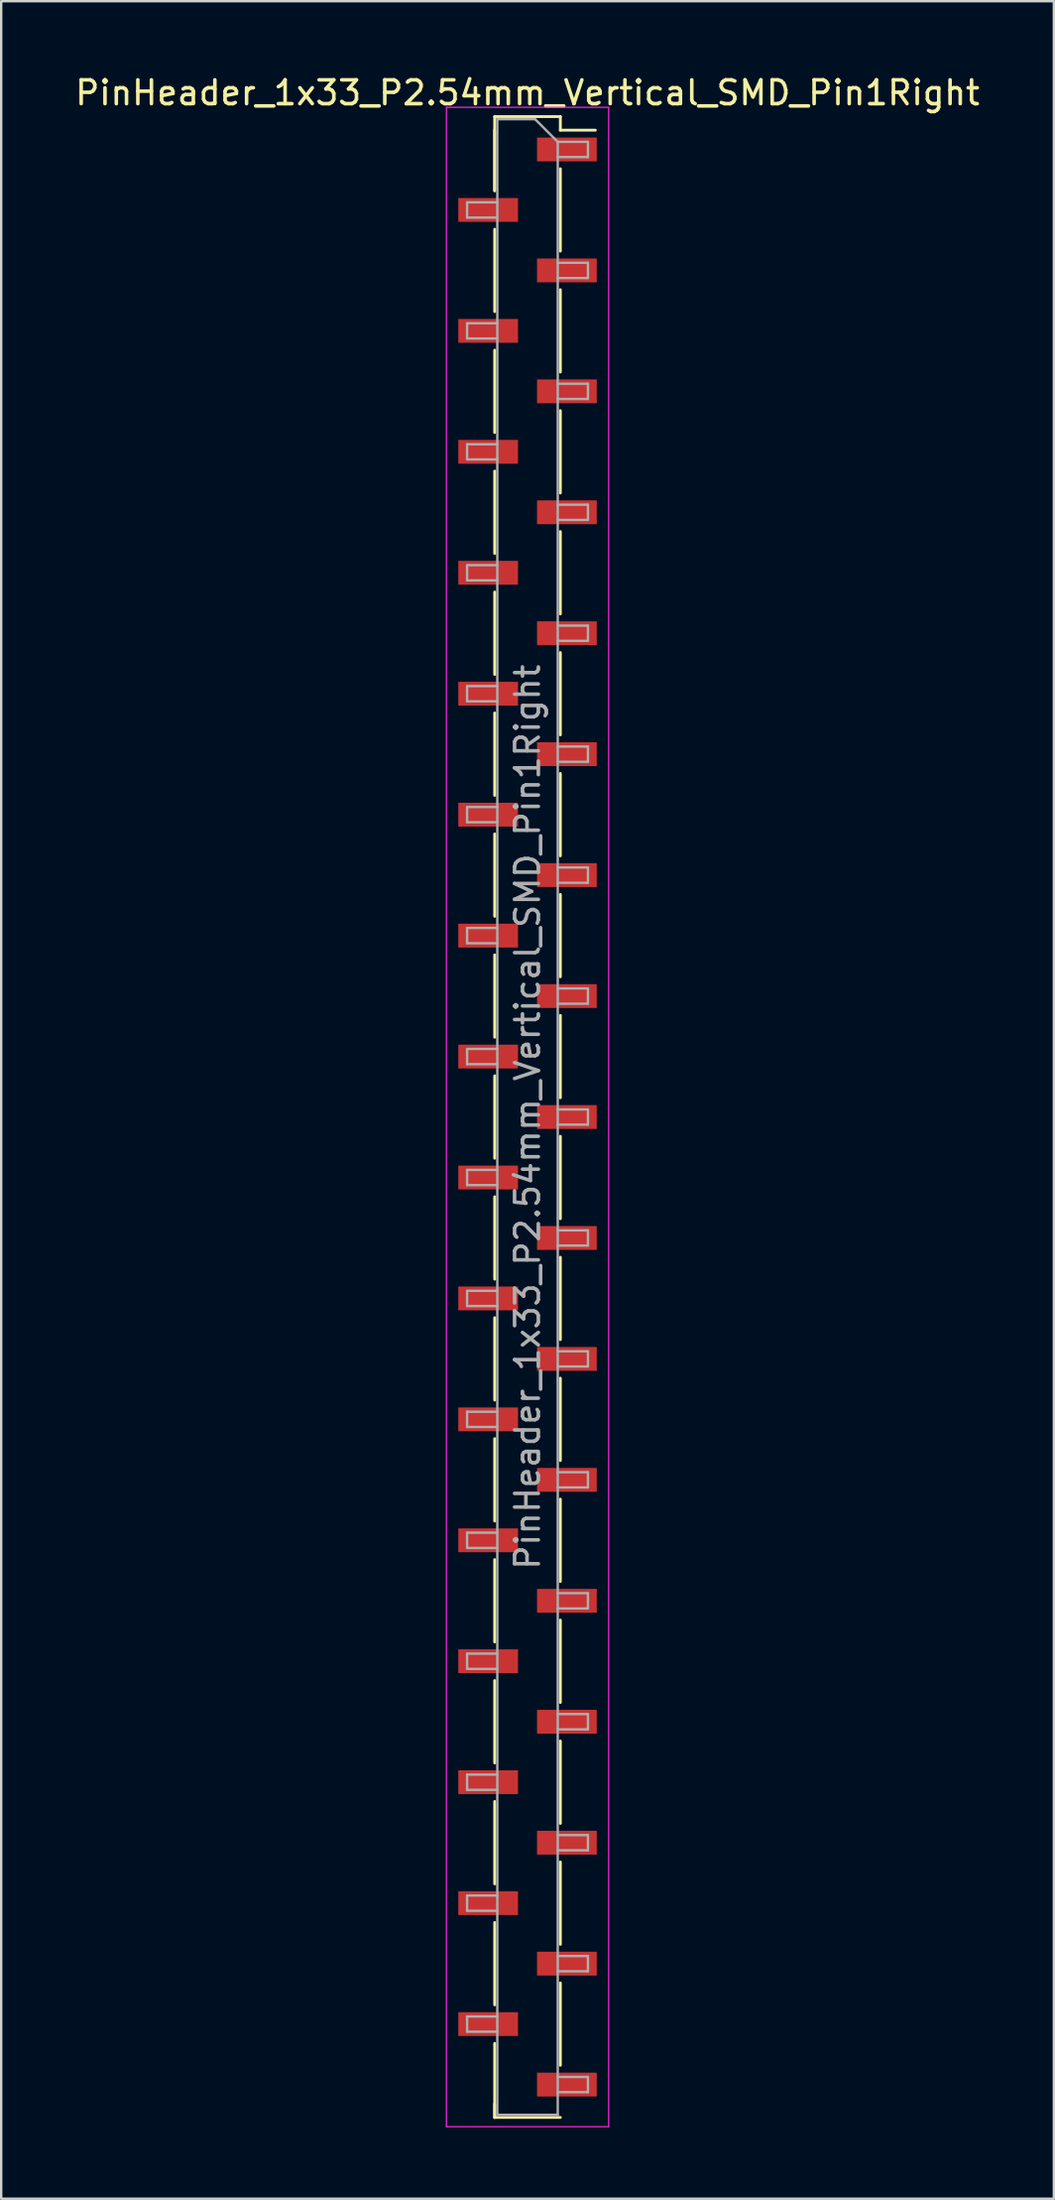
<source format=kicad_pcb>
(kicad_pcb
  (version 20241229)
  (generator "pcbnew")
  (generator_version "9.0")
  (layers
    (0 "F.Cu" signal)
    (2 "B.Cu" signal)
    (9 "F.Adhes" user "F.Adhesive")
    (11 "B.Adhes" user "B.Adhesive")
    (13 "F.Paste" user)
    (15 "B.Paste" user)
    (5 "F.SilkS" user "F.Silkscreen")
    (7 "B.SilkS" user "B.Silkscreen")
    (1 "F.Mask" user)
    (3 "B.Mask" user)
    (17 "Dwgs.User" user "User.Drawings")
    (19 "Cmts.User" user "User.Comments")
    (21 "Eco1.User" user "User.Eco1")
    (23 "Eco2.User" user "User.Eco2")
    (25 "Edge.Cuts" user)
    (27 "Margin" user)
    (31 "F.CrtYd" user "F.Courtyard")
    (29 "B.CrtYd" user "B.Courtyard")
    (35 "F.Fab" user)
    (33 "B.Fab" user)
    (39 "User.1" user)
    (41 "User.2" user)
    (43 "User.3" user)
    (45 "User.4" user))
  (footprint "PinHeader_1x33_P2.54mm_Vertical_SMD_Pin1Right"
    (layer "F.Cu")
    (at 19.125 43.868)
    (property "Reference" "PinHeader_1x33_P2.54mm_Vertical_SMD_Pin1Right" (at 0 -43.02 0) (layer "F.SilkS") (effects (font (size 1 1) (thickness 0.15))))
    (attr smd)
    (fp_line (start -1.38 -42.02) (end -1.38 -38.91) (stroke (width 0.12) (type solid)) (layer "F.SilkS"))
    (fp_line (start -1.38 -42.02) (end 1.38 -42.02) (stroke (width 0.12) (type solid)) (layer "F.SilkS"))
    (fp_line (start -1.38 -41.45) (end -1.38 -38.91) (stroke (width 0.12) (type solid)) (layer "F.SilkS"))
    (fp_line (start -1.38 -37.29) (end -1.38 -33.83) (stroke (width 0.12) (type solid)) (layer "F.SilkS"))
    (fp_line (start -1.38 -32.21) (end -1.38 -28.75) (stroke (width 0.12) (type solid)) (layer "F.SilkS"))
    (fp_line (start -1.38 -27.13) (end -1.38 -23.67) (stroke (width 0.12) (type solid)) (layer "F.SilkS"))
    (fp_line (start -1.38 -22.05) (end -1.38 -18.59) (stroke (width 0.12) (type solid)) (layer "F.SilkS"))
    (fp_line (start -1.38 -16.97) (end -1.38 -13.51) (stroke (width 0.12) (type solid)) (layer "F.SilkS"))
    (fp_line (start -1.38 -11.89) (end -1.38 -8.43) (stroke (width 0.12) (type solid)) (layer "F.SilkS"))
    (fp_line (start -1.38 -6.81) (end -1.38 -3.35) (stroke (width 0.12) (type solid)) (layer "F.SilkS"))
    (fp_line (start -1.38 -1.73) (end -1.38 1.73) (stroke (width 0.12) (type solid)) (layer "F.SilkS"))
    (fp_line (start -1.38 3.35) (end -1.38 6.81) (stroke (width 0.12) (type solid)) (layer "F.SilkS"))
    (fp_line (start -1.38 8.43) (end -1.38 11.89) (stroke (width 0.12) (type solid)) (layer "F.SilkS"))
    (fp_line (start -1.38 13.51) (end -1.38 16.97) (stroke (width 0.12) (type solid)) (layer "F.SilkS"))
    (fp_line (start -1.38 18.59) (end -1.38 22.05) (stroke (width 0.12) (type solid)) (layer "F.SilkS"))
    (fp_line (start -1.38 23.67) (end -1.38 27.13) (stroke (width 0.12) (type solid)) (layer "F.SilkS"))
    (fp_line (start -1.38 28.75) (end -1.38 32.21) (stroke (width 0.12) (type solid)) (layer "F.SilkS"))
    (fp_line (start -1.38 33.83) (end -1.38 37.29) (stroke (width 0.12) (type solid)) (layer "F.SilkS"))
    (fp_line (start -1.38 38.91) (end -1.38 42.02) (stroke (width 0.12) (type solid)) (layer "F.SilkS"))
    (fp_line (start -1.38 41.45) (end -1.38 42.02) (stroke (width 0.12) (type solid)) (layer "F.SilkS"))
    (fp_line (start -1.38 42.02) (end 1.38 42.02) (stroke (width 0.12) (type solid)) (layer "F.SilkS"))
    (fp_line (start 1.38 -42.02) (end 1.38 -41.45) (stroke (width 0.12) (type solid)) (layer "F.SilkS"))
    (fp_line (start 1.38 -41.45) (end 2.85 -41.45) (stroke (width 0.12) (type solid)) (layer "F.SilkS"))
    (fp_line (start 1.38 -39.83) (end 1.38 -36.37) (stroke (width 0.12) (type solid)) (layer "F.SilkS"))
    (fp_line (start 1.38 -34.75) (end 1.38 -31.29) (stroke (width 0.12) (type solid)) (layer "F.SilkS"))
    (fp_line (start 1.38 -29.67) (end 1.38 -26.21) (stroke (width 0.12) (type solid)) (layer "F.SilkS"))
    (fp_line (start 1.38 -24.59) (end 1.38 -21.13) (stroke (width 0.12) (type solid)) (layer "F.SilkS"))
    (fp_line (start 1.38 -19.51) (end 1.38 -16.05) (stroke (width 0.12) (type solid)) (layer "F.SilkS"))
    (fp_line (start 1.38 -14.43) (end 1.38 -10.97) (stroke (width 0.12) (type solid)) (layer "F.SilkS"))
    (fp_line (start 1.38 -9.35) (end 1.38 -5.89) (stroke (width 0.12) (type solid)) (layer "F.SilkS"))
    (fp_line (start 1.38 -4.27) (end 1.38 -0.81) (stroke (width 0.12) (type solid)) (layer "F.SilkS"))
    (fp_line (start 1.38 0.81) (end 1.38 4.27) (stroke (width 0.12) (type solid)) (layer "F.SilkS"))
    (fp_line (start 1.38 5.89) (end 1.38 9.35) (stroke (width 0.12) (type solid)) (layer "F.SilkS"))
    (fp_line (start 1.38 10.97) (end 1.38 14.43) (stroke (width 0.12) (type solid)) (layer "F.SilkS"))
    (fp_line (start 1.38 16.05) (end 1.38 19.51) (stroke (width 0.12) (type solid)) (layer "F.SilkS"))
    (fp_line (start 1.38 21.13) (end 1.38 24.59) (stroke (width 0.12) (type solid)) (layer "F.SilkS"))
    (fp_line (start 1.38 26.21) (end 1.38 29.67) (stroke (width 0.12) (type solid)) (layer "F.SilkS"))
    (fp_line (start 1.38 31.29) (end 1.38 34.75) (stroke (width 0.12) (type solid)) (layer "F.SilkS"))
    (fp_line (start 1.38 36.37) (end 1.38 39.83) (stroke (width 0.12) (type solid)) (layer "F.SilkS"))
    (fp_line (start -3.41 -42.41) (end -3.41 42.41) (stroke (width 0.05) (type solid)) (layer "F.CrtYd"))
    (fp_line (start -3.41 42.41) (end 3.41 42.41) (stroke (width 0.05) (type solid)) (layer "F.CrtYd"))
    (fp_line (start 3.41 -42.41) (end -3.41 -42.41) (stroke (width 0.05) (type solid)) (layer "F.CrtYd"))
    (fp_line (start 3.41 42.41) (end 3.41 -42.41) (stroke (width 0.05) (type solid)) (layer "F.CrtYd"))
    (fp_line (start -2.54 -38.42) (end -2.54 -37.78) (stroke (width 0.1) (type solid)) (layer "F.Fab"))
    (fp_line (start -2.54 -37.78) (end -1.27 -37.78) (stroke (width 0.1) (type solid)) (layer "F.Fab"))
    (fp_line (start -2.54 -33.34) (end -2.54 -32.7) (stroke (width 0.1) (type solid)) (layer "F.Fab"))
    (fp_line (start -2.54 -32.7) (end -1.27 -32.7) (stroke (width 0.1) (type solid)) (layer "F.Fab"))
    (fp_line (start -2.54 -28.26) (end -2.54 -27.62) (stroke (width 0.1) (type solid)) (layer "F.Fab"))
    (fp_line (start -2.54 -27.62) (end -1.27 -27.62) (stroke (width 0.1) (type solid)) (layer "F.Fab"))
    (fp_line (start -2.54 -23.18) (end -2.54 -22.54) (stroke (width 0.1) (type solid)) (layer "F.Fab"))
    (fp_line (start -2.54 -22.54) (end -1.27 -22.54) (stroke (width 0.1) (type solid)) (layer "F.Fab"))
    (fp_line (start -2.54 -18.1) (end -2.54 -17.46) (stroke (width 0.1) (type solid)) (layer "F.Fab"))
    (fp_line (start -2.54 -17.46) (end -1.27 -17.46) (stroke (width 0.1) (type solid)) (layer "F.Fab"))
    (fp_line (start -2.54 -13.02) (end -2.54 -12.38) (stroke (width 0.1) (type solid)) (layer "F.Fab"))
    (fp_line (start -2.54 -12.38) (end -1.27 -12.38) (stroke (width 0.1) (type solid)) (layer "F.Fab"))
    (fp_line (start -2.54 -7.94) (end -2.54 -7.3) (stroke (width 0.1) (type solid)) (layer "F.Fab"))
    (fp_line (start -2.54 -7.3) (end -1.27 -7.3) (stroke (width 0.1) (type solid)) (layer "F.Fab"))
    (fp_line (start -2.54 -2.86) (end -2.54 -2.22) (stroke (width 0.1) (type solid)) (layer "F.Fab"))
    (fp_line (start -2.54 -2.22) (end -1.27 -2.22) (stroke (width 0.1) (type solid)) (layer "F.Fab"))
    (fp_line (start -2.54 2.22) (end -2.54 2.86) (stroke (width 0.1) (type solid)) (layer "F.Fab"))
    (fp_line (start -2.54 2.86) (end -1.27 2.86) (stroke (width 0.1) (type solid)) (layer "F.Fab"))
    (fp_line (start -2.54 7.3) (end -2.54 7.94) (stroke (width 0.1) (type solid)) (layer "F.Fab"))
    (fp_line (start -2.54 7.94) (end -1.27 7.94) (stroke (width 0.1) (type solid)) (layer "F.Fab"))
    (fp_line (start -2.54 12.38) (end -2.54 13.02) (stroke (width 0.1) (type solid)) (layer "F.Fab"))
    (fp_line (start -2.54 13.02) (end -1.27 13.02) (stroke (width 0.1) (type solid)) (layer "F.Fab"))
    (fp_line (start -2.54 17.46) (end -2.54 18.1) (stroke (width 0.1) (type solid)) (layer "F.Fab"))
    (fp_line (start -2.54 18.1) (end -1.27 18.1) (stroke (width 0.1) (type solid)) (layer "F.Fab"))
    (fp_line (start -2.54 22.54) (end -2.54 23.18) (stroke (width 0.1) (type solid)) (layer "F.Fab"))
    (fp_line (start -2.54 23.18) (end -1.27 23.18) (stroke (width 0.1) (type solid)) (layer "F.Fab"))
    (fp_line (start -2.54 27.62) (end -2.54 28.26) (stroke (width 0.1) (type solid)) (layer "F.Fab"))
    (fp_line (start -2.54 28.26) (end -1.27 28.26) (stroke (width 0.1) (type solid)) (layer "F.Fab"))
    (fp_line (start -2.54 32.7) (end -2.54 33.34) (stroke (width 0.1) (type solid)) (layer "F.Fab"))
    (fp_line (start -2.54 33.34) (end -1.27 33.34) (stroke (width 0.1) (type solid)) (layer "F.Fab"))
    (fp_line (start -2.54 37.78) (end -2.54 38.42) (stroke (width 0.1) (type solid)) (layer "F.Fab"))
    (fp_line (start -2.54 38.42) (end -1.27 38.42) (stroke (width 0.1) (type solid)) (layer "F.Fab"))
    (fp_line (start -1.27 -41.91) (end -1.27 41.91) (stroke (width 0.1) (type solid)) (layer "F.Fab"))
    (fp_line (start -1.27 -41.91) (end 0.32 -41.91) (stroke (width 0.1) (type solid)) (layer "F.Fab"))
    (fp_line (start -1.27 -38.42) (end -2.54 -38.42) (stroke (width 0.1) (type solid)) (layer "F.Fab"))
    (fp_line (start -1.27 -33.34) (end -2.54 -33.34) (stroke (width 0.1) (type solid)) (layer "F.Fab"))
    (fp_line (start -1.27 -28.26) (end -2.54 -28.26) (stroke (width 0.1) (type solid)) (layer "F.Fab"))
    (fp_line (start -1.27 -23.18) (end -2.54 -23.18) (stroke (width 0.1) (type solid)) (layer "F.Fab"))
    (fp_line (start -1.27 -18.1) (end -2.54 -18.1) (stroke (width 0.1) (type solid)) (layer "F.Fab"))
    (fp_line (start -1.27 -13.02) (end -2.54 -13.02) (stroke (width 0.1) (type solid)) (layer "F.Fab"))
    (fp_line (start -1.27 -7.94) (end -2.54 -7.94) (stroke (width 0.1) (type solid)) (layer "F.Fab"))
    (fp_line (start -1.27 -2.86) (end -2.54 -2.86) (stroke (width 0.1) (type solid)) (layer "F.Fab"))
    (fp_line (start -1.27 2.22) (end -2.54 2.22) (stroke (width 0.1) (type solid)) (layer "F.Fab"))
    (fp_line (start -1.27 7.3) (end -2.54 7.3) (stroke (width 0.1) (type solid)) (layer "F.Fab"))
    (fp_line (start -1.27 12.38) (end -2.54 12.38) (stroke (width 0.1) (type solid)) (layer "F.Fab"))
    (fp_line (start -1.27 17.46) (end -2.54 17.46) (stroke (width 0.1) (type solid)) (layer "F.Fab"))
    (fp_line (start -1.27 22.54) (end -2.54 22.54) (stroke (width 0.1) (type solid)) (layer "F.Fab"))
    (fp_line (start -1.27 27.62) (end -2.54 27.62) (stroke (width 0.1) (type solid)) (layer "F.Fab"))
    (fp_line (start -1.27 32.7) (end -2.54 32.7) (stroke (width 0.1) (type solid)) (layer "F.Fab"))
    (fp_line (start -1.27 37.78) (end -2.54 37.78) (stroke (width 0.1) (type solid)) (layer "F.Fab"))
    (fp_line (start 1.27 -40.96) (end 0.32 -41.91) (stroke (width 0.1) (type solid)) (layer "F.Fab"))
    (fp_line (start 1.27 -40.96) (end 2.54 -40.96) (stroke (width 0.1) (type solid)) (layer "F.Fab"))
    (fp_line (start 1.27 -35.88) (end 2.54 -35.88) (stroke (width 0.1) (type solid)) (layer "F.Fab"))
    (fp_line (start 1.27 -30.8) (end 2.54 -30.8) (stroke (width 0.1) (type solid)) (layer "F.Fab"))
    (fp_line (start 1.27 -25.72) (end 2.54 -25.72) (stroke (width 0.1) (type solid)) (layer "F.Fab"))
    (fp_line (start 1.27 -20.64) (end 2.54 -20.64) (stroke (width 0.1) (type solid)) (layer "F.Fab"))
    (fp_line (start 1.27 -15.56) (end 2.54 -15.56) (stroke (width 0.1) (type solid)) (layer "F.Fab"))
    (fp_line (start 1.27 -10.48) (end 2.54 -10.48) (stroke (width 0.1) (type solid)) (layer "F.Fab"))
    (fp_line (start 1.27 -5.4) (end 2.54 -5.4) (stroke (width 0.1) (type solid)) (layer "F.Fab"))
    (fp_line (start 1.27 -0.32) (end 2.54 -0.32) (stroke (width 0.1) (type solid)) (layer "F.Fab"))
    (fp_line (start 1.27 4.76) (end 2.54 4.76) (stroke (width 0.1) (type solid)) (layer "F.Fab"))
    (fp_line (start 1.27 9.84) (end 2.54 9.84) (stroke (width 0.1) (type solid)) (layer "F.Fab"))
    (fp_line (start 1.27 14.92) (end 2.54 14.92) (stroke (width 0.1) (type solid)) (layer "F.Fab"))
    (fp_line (start 1.27 20) (end 2.54 20) (stroke (width 0.1) (type solid)) (layer "F.Fab"))
    (fp_line (start 1.27 25.08) (end 2.54 25.08) (stroke (width 0.1) (type solid)) (layer "F.Fab"))
    (fp_line (start 1.27 30.16) (end 2.54 30.16) (stroke (width 0.1) (type solid)) (layer "F.Fab"))
    (fp_line (start 1.27 35.24) (end 2.54 35.24) (stroke (width 0.1) (type solid)) (layer "F.Fab"))
    (fp_line (start 1.27 40.32) (end 2.54 40.32) (stroke (width 0.1) (type solid)) (layer "F.Fab"))
    (fp_line (start 1.27 41.91) (end -1.27 41.91) (stroke (width 0.1) (type solid)) (layer "F.Fab"))
    (fp_line (start 1.27 41.91) (end 1.27 -40.96) (stroke (width 0.1) (type solid)) (layer "F.Fab"))
    (fp_line (start 2.54 -40.96) (end 2.54 -40.32) (stroke (width 0.1) (type solid)) (layer "F.Fab"))
    (fp_line (start 2.54 -40.32) (end 1.27 -40.32) (stroke (width 0.1) (type solid)) (layer "F.Fab"))
    (fp_line (start 2.54 -35.88) (end 2.54 -35.24) (stroke (width 0.1) (type solid)) (layer "F.Fab"))
    (fp_line (start 2.54 -35.24) (end 1.27 -35.24) (stroke (width 0.1) (type solid)) (layer "F.Fab"))
    (fp_line (start 2.54 -30.8) (end 2.54 -30.16) (stroke (width 0.1) (type solid)) (layer "F.Fab"))
    (fp_line (start 2.54 -30.16) (end 1.27 -30.16) (stroke (width 0.1) (type solid)) (layer "F.Fab"))
    (fp_line (start 2.54 -25.72) (end 2.54 -25.08) (stroke (width 0.1) (type solid)) (layer "F.Fab"))
    (fp_line (start 2.54 -25.08) (end 1.27 -25.08) (stroke (width 0.1) (type solid)) (layer "F.Fab"))
    (fp_line (start 2.54 -20.64) (end 2.54 -20) (stroke (width 0.1) (type solid)) (layer "F.Fab"))
    (fp_line (start 2.54 -20) (end 1.27 -20) (stroke (width 0.1) (type solid)) (layer "F.Fab"))
    (fp_line (start 2.54 -15.56) (end 2.54 -14.92) (stroke (width 0.1) (type solid)) (layer "F.Fab"))
    (fp_line (start 2.54 -14.92) (end 1.27 -14.92) (stroke (width 0.1) (type solid)) (layer "F.Fab"))
    (fp_line (start 2.54 -10.48) (end 2.54 -9.84) (stroke (width 0.1) (type solid)) (layer "F.Fab"))
    (fp_line (start 2.54 -9.84) (end 1.27 -9.84) (stroke (width 0.1) (type solid)) (layer "F.Fab"))
    (fp_line (start 2.54 -5.4) (end 2.54 -4.76) (stroke (width 0.1) (type solid)) (layer "F.Fab"))
    (fp_line (start 2.54 -4.76) (end 1.27 -4.76) (stroke (width 0.1) (type solid)) (layer "F.Fab"))
    (fp_line (start 2.54 -0.32) (end 2.54 0.32) (stroke (width 0.1) (type solid)) (layer "F.Fab"))
    (fp_line (start 2.54 0.32) (end 1.27 0.32) (stroke (width 0.1) (type solid)) (layer "F.Fab"))
    (fp_line (start 2.54 4.76) (end 2.54 5.4) (stroke (width 0.1) (type solid)) (layer "F.Fab"))
    (fp_line (start 2.54 5.4) (end 1.27 5.4) (stroke (width 0.1) (type solid)) (layer "F.Fab"))
    (fp_line (start 2.54 9.84) (end 2.54 10.48) (stroke (width 0.1) (type solid)) (layer "F.Fab"))
    (fp_line (start 2.54 10.48) (end 1.27 10.48) (stroke (width 0.1) (type solid)) (layer "F.Fab"))
    (fp_line (start 2.54 14.92) (end 2.54 15.56) (stroke (width 0.1) (type solid)) (layer "F.Fab"))
    (fp_line (start 2.54 15.56) (end 1.27 15.56) (stroke (width 0.1) (type solid)) (layer "F.Fab"))
    (fp_line (start 2.54 20) (end 2.54 20.64) (stroke (width 0.1) (type solid)) (layer "F.Fab"))
    (fp_line (start 2.54 20.64) (end 1.27 20.64) (stroke (width 0.1) (type solid)) (layer "F.Fab"))
    (fp_line (start 2.54 25.08) (end 2.54 25.72) (stroke (width 0.1) (type solid)) (layer "F.Fab"))
    (fp_line (start 2.54 25.72) (end 1.27 25.72) (stroke (width 0.1) (type solid)) (layer "F.Fab"))
    (fp_line (start 2.54 30.16) (end 2.54 30.8) (stroke (width 0.1) (type solid)) (layer "F.Fab"))
    (fp_line (start 2.54 30.8) (end 1.27 30.8) (stroke (width 0.1) (type solid)) (layer "F.Fab"))
    (fp_line (start 2.54 35.24) (end 2.54 35.88) (stroke (width 0.1) (type solid)) (layer "F.Fab"))
    (fp_line (start 2.54 35.88) (end 1.27 35.88) (stroke (width 0.1) (type solid)) (layer "F.Fab"))
    (fp_line (start 2.54 40.32) (end 2.54 40.96) (stroke (width 0.1) (type solid)) (layer "F.Fab"))
    (fp_line (start 2.54 40.96) (end 1.27 40.96) (stroke (width 0.1) (type solid)) (layer "F.Fab"))
    (fp_text user "${REFERENCE}" (at 0 0 90) (layer "F.Fab") (effects (font (size 1 1) (thickness 0.15))))
    (pad "1" smd rect (at 1.655 -40.64) (size 2.51 1) (layers "F.Cu" "F.Mask" "F.Paste"))
    (pad "2" smd rect (at -1.655 -38.1) (size 2.51 1) (layers "F.Cu" "F.Mask" "F.Paste"))
    (pad "3" smd rect (at 1.655 -35.56) (size 2.51 1) (layers "F.Cu" "F.Mask" "F.Paste"))
    (pad "4" smd rect (at -1.655 -33.02) (size 2.51 1) (layers "F.Cu" "F.Mask" "F.Paste"))
    (pad "5" smd rect (at 1.655 -30.48) (size 2.51 1) (layers "F.Cu" "F.Mask" "F.Paste"))
    (pad "6" smd rect (at -1.655 -27.94) (size 2.51 1) (layers "F.Cu" "F.Mask" "F.Paste"))
    (pad "7" smd rect (at 1.655 -25.4) (size 2.51 1) (layers "F.Cu" "F.Mask" "F.Paste"))
    (pad "8" smd rect (at -1.655 -22.86) (size 2.51 1) (layers "F.Cu" "F.Mask" "F.Paste"))
    (pad "9" smd rect (at 1.655 -20.32) (size 2.51 1) (layers "F.Cu" "F.Mask" "F.Paste"))
    (pad "10" smd rect (at -1.655 -17.78) (size 2.51 1) (layers "F.Cu" "F.Mask" "F.Paste"))
    (pad "11" smd rect (at 1.655 -15.24) (size 2.51 1) (layers "F.Cu" "F.Mask" "F.Paste"))
    (pad "12" smd rect (at -1.655 -12.7) (size 2.51 1) (layers "F.Cu" "F.Mask" "F.Paste"))
    (pad "13" smd rect (at 1.655 -10.16) (size 2.51 1) (layers "F.Cu" "F.Mask" "F.Paste"))
    (pad "14" smd rect (at -1.655 -7.62) (size 2.51 1) (layers "F.Cu" "F.Mask" "F.Paste"))
    (pad "15" smd rect (at 1.655 -5.08) (size 2.51 1) (layers "F.Cu" "F.Mask" "F.Paste"))
    (pad "16" smd rect (at -1.655 -2.54) (size 2.51 1) (layers "F.Cu" "F.Mask" "F.Paste"))
    (pad "17" smd rect (at 1.655 0) (size 2.51 1) (layers "F.Cu" "F.Mask" "F.Paste"))
    (pad "18" smd rect (at -1.655 2.54) (size 2.51 1) (layers "F.Cu" "F.Mask" "F.Paste"))
    (pad "19" smd rect (at 1.655 5.08) (size 2.51 1) (layers "F.Cu" "F.Mask" "F.Paste"))
    (pad "20" smd rect (at -1.655 7.62) (size 2.51 1) (layers "F.Cu" "F.Mask" "F.Paste"))
    (pad "21" smd rect (at 1.655 10.16) (size 2.51 1) (layers "F.Cu" "F.Mask" "F.Paste"))
    (pad "22" smd rect (at -1.655 12.7) (size 2.51 1) (layers "F.Cu" "F.Mask" "F.Paste"))
    (pad "23" smd rect (at 1.655 15.24) (size 2.51 1) (layers "F.Cu" "F.Mask" "F.Paste"))
    (pad "24" smd rect (at -1.655 17.78) (size 2.51 1) (layers "F.Cu" "F.Mask" "F.Paste"))
    (pad "25" smd rect (at 1.655 20.32) (size 2.51 1) (layers "F.Cu" "F.Mask" "F.Paste"))
    (pad "26" smd rect (at -1.655 22.86) (size 2.51 1) (layers "F.Cu" "F.Mask" "F.Paste"))
    (pad "27" smd rect (at 1.655 25.4) (size 2.51 1) (layers "F.Cu" "F.Mask" "F.Paste"))
    (pad "28" smd rect (at -1.655 27.94) (size 2.51 1) (layers "F.Cu" "F.Mask" "F.Paste"))
    (pad "29" smd rect (at 1.655 30.48) (size 2.51 1) (layers "F.Cu" "F.Mask" "F.Paste"))
    (pad "30" smd rect (at -1.655 33.02) (size 2.51 1) (layers "F.Cu" "F.Mask" "F.Paste"))
    (pad "31" smd rect (at 1.655 35.56) (size 2.51 1) (layers "F.Cu" "F.Mask" "F.Paste"))
    (pad "32" smd rect (at -1.655 38.1) (size 2.51 1) (layers "F.Cu" "F.Mask" "F.Paste"))
    (pad "33" smd rect (at 1.655 40.64) (size 2.51 1) (layers "F.Cu" "F.Mask" "F.Paste")))
  (gr_rect
    (start -3 -3)
    (end 41.25 89.303)
    (stroke (width 0.1) (type default))
    (fill no)
    (layer "Edge.Cuts")))
</source>
